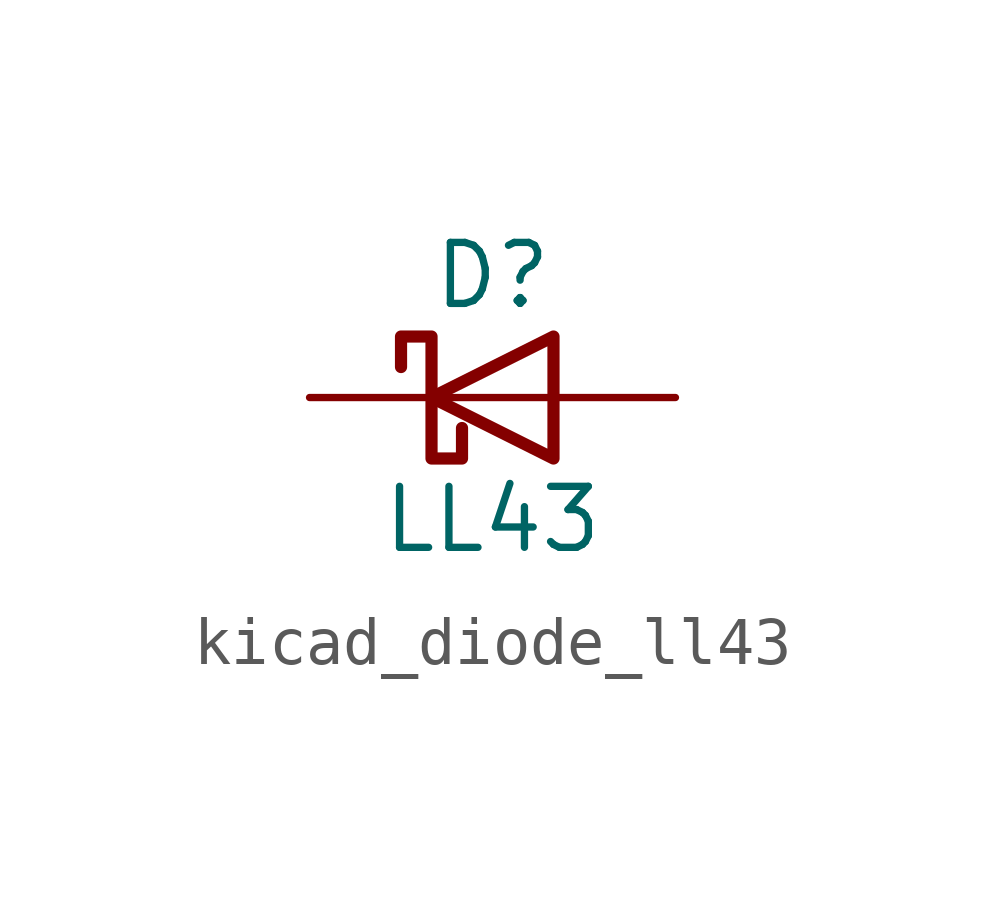
<source format=kicad_sym>
(kicad_symbol_lib
  (version 20220914)
  (generator kicad_symbol_editor)
  (symbol "kicad_diode_ll43"
    (pin_numbers hide)
    (pin_names
      (offset 1.016) hide)
    (property "Reference" "D"
      (at 0 2.54 0)
      (effects (font (size 1.27 1.27))))
    (property "Value" "LL43"
      (at 0 -2.54 0)
      (effects (font (size 1.27 1.27))))
    (symbol "kicad_diode_ll43_0_1"
      (polyline (pts (xy 1.27 0) (xy -1.27 0)) (stroke (width 0) (type default)) (fill (type none)))
      (polyline (pts (xy 1.27 1.27) (xy 1.27 -1.27) (xy -1.27 0) (xy 1.27 1.27)) (stroke (width 0.254) (type default)) (fill (type none)))
      (polyline (pts (xy -1.905 0.635) (xy -1.905 1.27) (xy -1.27 1.27) (xy -1.27 -1.27) (xy -0.635 -1.27) (xy -0.635 -0.635)) (stroke (width 0.254) (type default)) (fill (type none))))
    (symbol "kicad_diode_ll43_1_1"
      (pin passive line (at -3.81 0 0) (length 2.54) (name "K" (effects (font (size 1.27 1.27)))) (number "1" (effects (font (size 1.27 1.27)))))
      (pin passive line (at 3.81 0 180) (length 2.54) (name "A" (effects (font (size 1.27 1.27)))) (number "2" (effects (font (size 1.27 1.27))))))))
</source>
